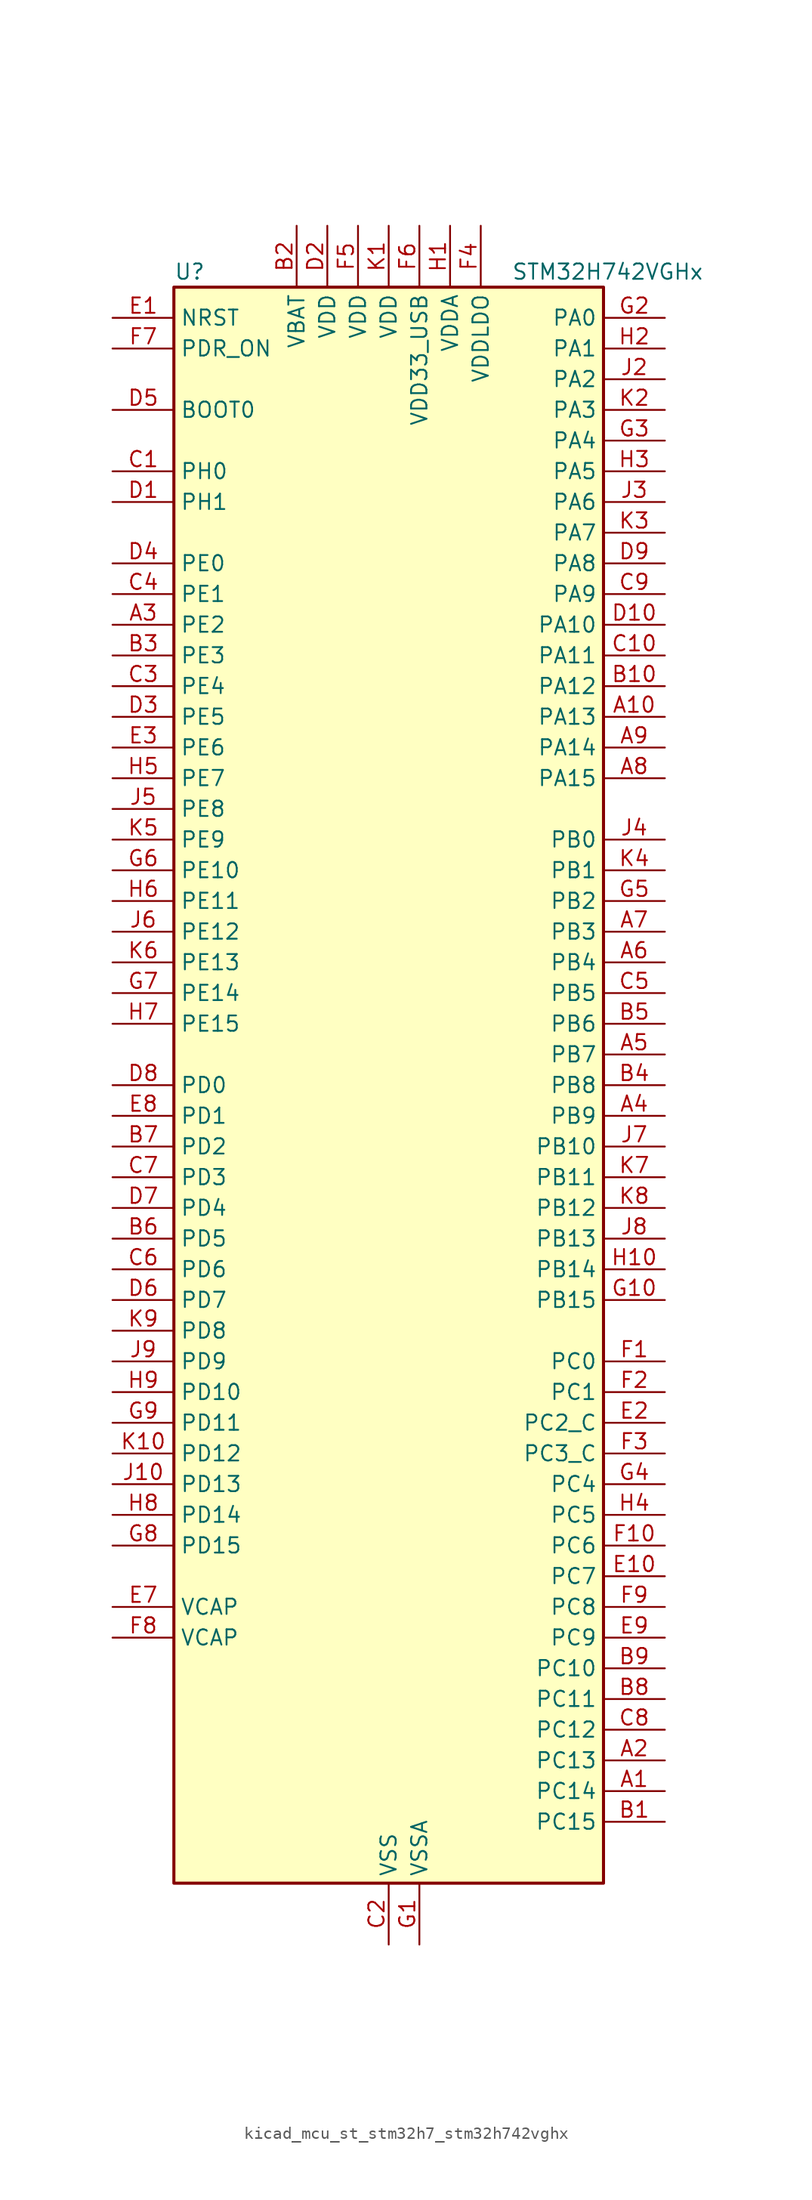
<source format=kicad_sym>
(kicad_symbol_lib
  (version 20220914)
  (generator kicad_symbol_editor)
  (symbol "kicad_mcu_st_stm32h7_stm32h742vghx"
    (property "Reference" "U"
      (at -17.78 67.31 0)
      (effects (font (size 1.27 1.27)) (justify left)))
    (property "Value" "STM32H742VGHx"
      (at 10.16 67.31 0)
      (effects (font (size 1.27 1.27)) (justify left)))
    (property "ki_locked" ""
      (at 0 0 0)
      (effects (font (size 1.27 1.27))))
    (symbol "kicad_mcu_st_stm32h7_stm32h742vghx_0_1"
      (rectangle (start -17.78 -66.04) (end 17.78 66.04) (stroke (width 0.254) (type default)) (fill (type background))))
    (symbol "kicad_mcu_st_stm32h7_stm32h742vghx_1_1"
      (pin bidirectional line (at 22.86 -58.42 180) (length 5.08) (name "PC14" (effects (font (size 1.27 1.27)))) (number "A1" (effects (font (size 1.27 1.27)))) (alternate "RCC_OSC32_IN" bidirectional line))
      (pin bidirectional line (at 22.86 30.48 180) (length 5.08) (name "PA13" (effects (font (size 1.27 1.27)))) (number "A10" (effects (font (size 1.27 1.27)))) (alternate "DEBUG_JTMS-SWDIO" bidirectional line))
      (pin bidirectional line (at 22.86 -55.88 180) (length 5.08) (name "PC13" (effects (font (size 1.27 1.27)))) (number "A2" (effects (font (size 1.27 1.27)))) (alternate "PWR_WKUP2" bidirectional line) (alternate "RTC_OUT_ALARM" bidirectional line) (alternate "RTC_OUT_CALIB" bidirectional line) (alternate "RTC_TAMP1" bidirectional line) (alternate "RTC_TS" bidirectional line))
      (pin bidirectional line (at -22.86 38.1 0) (length 5.08) (name "PE2" (effects (font (size 1.27 1.27)))) (number "A3" (effects (font (size 1.27 1.27)))) (alternate "DEBUG_TRACECLK" bidirectional line) (alternate "ETH_TXD3" bidirectional line) (alternate "FMC_A23" bidirectional line) (alternate "QUADSPI_BK1_IO2" bidirectional line) (alternate "SAI1_CK1" bidirectional line) (alternate "SAI1_MCLK_A" bidirectional line) (alternate "SAI4_CK1" bidirectional line) (alternate "SAI4_MCLK_A" bidirectional line) (alternate "SPI4_SCK" bidirectional line))
      (pin bidirectional line (at 22.86 -2.54 180) (length 5.08) (name "PB9" (effects (font (size 1.27 1.27)))) (number "A4" (effects (font (size 1.27 1.27)))) (alternate "DAC1_EXTI9" bidirectional line) (alternate "DCMI_D7" bidirectional line) (alternate "DFSDM1_DATIN7" bidirectional line) (alternate "FDCAN1_TX" bidirectional line) (alternate "I2C1_SDA" bidirectional line) (alternate "I2C4_SDA" bidirectional line) (alternate "I2C4_SMBA" bidirectional line) (alternate "I2S2_WS" bidirectional line) (alternate "SDMMC1_CDIR" bidirectional line) (alternate "SDMMC1_D5" bidirectional line) (alternate "SDMMC2_D5" bidirectional line) (alternate "SPI2_NSS" bidirectional line) (alternate "TIM17_CH1" bidirectional line) (alternate "TIM4_CH4" bidirectional line) (alternate "UART4_TX" bidirectional line))
      (pin bidirectional line (at 22.86 2.54 180) (length 5.08) (name "PB7" (effects (font (size 1.27 1.27)))) (number "A5" (effects (font (size 1.27 1.27)))) (alternate "DCMI_VSYNC" bidirectional line) (alternate "DFSDM1_CKIN5" bidirectional line) (alternate "FMC_NL" bidirectional line) (alternate "HRTIM_EEV9" bidirectional line) (alternate "I2C1_SDA" bidirectional line) (alternate "I2C4_SDA" bidirectional line) (alternate "LPUART1_RX" bidirectional line) (alternate "PWR_PVD_IN" bidirectional line) (alternate "TIM17_CH1N" bidirectional line) (alternate "TIM4_CH2" bidirectional line) (alternate "USART1_RX" bidirectional line))
      (pin bidirectional line (at 22.86 10.16 180) (length 5.08) (name "PB4" (effects (font (size 1.27 1.27)))) (number "A6" (effects (font (size 1.27 1.27)))) (alternate "DEBUG_JTRST" bidirectional line) (alternate "HRTIM_EEV6" bidirectional line) (alternate "I2S1_SDI" bidirectional line) (alternate "I2S2_WS" bidirectional line) (alternate "I2S3_SDI" bidirectional line) (alternate "SDMMC2_D3" bidirectional line) (alternate "SPI1_MISO" bidirectional line) (alternate "SPI2_NSS" bidirectional line) (alternate "SPI3_MISO" bidirectional line) (alternate "SPI6_MISO" bidirectional line) (alternate "TIM16_BKIN" bidirectional line) (alternate "TIM3_CH1" bidirectional line) (alternate "UART7_TX" bidirectional line))
      (pin bidirectional line (at 22.86 12.7 180) (length 5.08) (name "PB3" (effects (font (size 1.27 1.27)))) (number "A7" (effects (font (size 1.27 1.27)))) (alternate "CRS_SYNC" bidirectional line) (alternate "DEBUG_JTDO-SWO" bidirectional line) (alternate "HRTIM_FLT4" bidirectional line) (alternate "I2S1_CK" bidirectional line) (alternate "I2S3_CK" bidirectional line) (alternate "SDMMC2_D2" bidirectional line) (alternate "SPI1_SCK" bidirectional line) (alternate "SPI3_SCK" bidirectional line) (alternate "SPI6_SCK" bidirectional line) (alternate "TIM2_CH2" bidirectional line) (alternate "UART7_RX" bidirectional line))
      (pin bidirectional line (at 22.86 25.4 180) (length 5.08) (name "PA15" (effects (font (size 1.27 1.27)))) (number "A8" (effects (font (size 1.27 1.27)))) (alternate "ADC1_EXTI15" bidirectional line) (alternate "ADC2_EXTI15" bidirectional line) (alternate "ADC3_EXTI15" bidirectional line) (alternate "CEC" bidirectional line) (alternate "DEBUG_JTDI" bidirectional line) (alternate "HRTIM_FLT1" bidirectional line) (alternate "I2S1_WS" bidirectional line) (alternate "I2S3_WS" bidirectional line) (alternate "SPI1_NSS" bidirectional line) (alternate "SPI3_NSS" bidirectional line) (alternate "SPI6_NSS" bidirectional line) (alternate "TIM2_CH1" bidirectional line) (alternate "TIM2_ETR" bidirectional line) (alternate "UART4_DE" bidirectional line) (alternate "UART4_RTS" bidirectional line) (alternate "UART7_TX" bidirectional line))
      (pin bidirectional line (at 22.86 27.94 180) (length 5.08) (name "PA14" (effects (font (size 1.27 1.27)))) (number "A9" (effects (font (size 1.27 1.27)))) (alternate "DEBUG_JTCK-SWCLK" bidirectional line))
      (pin bidirectional line (at 22.86 -60.96 180) (length 5.08) (name "PC15" (effects (font (size 1.27 1.27)))) (number "B1" (effects (font (size 1.27 1.27)))) (alternate "ADC1_EXTI15" bidirectional line) (alternate "ADC2_EXTI15" bidirectional line) (alternate "ADC3_EXTI15" bidirectional line) (alternate "RCC_OSC32_OUT" bidirectional line))
      (pin bidirectional line (at 22.86 33.02 180) (length 5.08) (name "PA12" (effects (font (size 1.27 1.27)))) (number "B10" (effects (font (size 1.27 1.27)))) (alternate "FDCAN1_TX" bidirectional line) (alternate "HRTIM_CHD2" bidirectional line) (alternate "I2S2_CK" bidirectional line) (alternate "LPUART1_DE" bidirectional line) (alternate "LPUART1_RTS" bidirectional line) (alternate "SAI2_FS_B" bidirectional line) (alternate "SPI2_SCK" bidirectional line) (alternate "TIM1_ETR" bidirectional line) (alternate "UART4_TX" bidirectional line) (alternate "USART1_DE" bidirectional line) (alternate "USART1_RTS" bidirectional line) (alternate "USB_OTG_FS_DP" bidirectional line))
      (pin power_in line (at -7.62 71.12 270) (length 5.08) (name "VBAT" (effects (font (size 1.27 1.27)))) (number "B2" (effects (font (size 1.27 1.27)))))
      (pin bidirectional line (at -22.86 35.56 0) (length 5.08) (name "PE3" (effects (font (size 1.27 1.27)))) (number "B3" (effects (font (size 1.27 1.27)))) (alternate "DEBUG_TRACED0" bidirectional line) (alternate "FMC_A19" bidirectional line) (alternate "SAI1_SD_B" bidirectional line) (alternate "SAI4_SD_B" bidirectional line) (alternate "TIM15_BKIN" bidirectional line))
      (pin bidirectional line (at 22.86 0 180) (length 5.08) (name "PB8" (effects (font (size 1.27 1.27)))) (number "B4" (effects (font (size 1.27 1.27)))) (alternate "DCMI_D6" bidirectional line) (alternate "DFSDM1_CKIN7" bidirectional line) (alternate "ETH_TXD3" bidirectional line) (alternate "FDCAN1_RX" bidirectional line) (alternate "I2C1_SCL" bidirectional line) (alternate "I2C4_SCL" bidirectional line) (alternate "SDMMC1_CKIN" bidirectional line) (alternate "SDMMC1_D4" bidirectional line) (alternate "SDMMC2_D4" bidirectional line) (alternate "TIM16_CH1" bidirectional line) (alternate "TIM4_CH3" bidirectional line) (alternate "UART4_RX" bidirectional line))
      (pin bidirectional line (at 22.86 5.08 180) (length 5.08) (name "PB6" (effects (font (size 1.27 1.27)))) (number "B5" (effects (font (size 1.27 1.27)))) (alternate "CEC" bidirectional line) (alternate "DCMI_D5" bidirectional line) (alternate "DFSDM1_DATIN5" bidirectional line) (alternate "FDCAN2_TX" bidirectional line) (alternate "FMC_SDNE1" bidirectional line) (alternate "HRTIM_EEV8" bidirectional line) (alternate "I2C1_SCL" bidirectional line) (alternate "I2C4_SCL" bidirectional line) (alternate "LPUART1_TX" bidirectional line) (alternate "QUADSPI_BK1_NCS" bidirectional line) (alternate "TIM16_CH1N" bidirectional line) (alternate "TIM4_CH1" bidirectional line) (alternate "UART5_TX" bidirectional line) (alternate "USART1_TX" bidirectional line))
      (pin bidirectional line (at -22.86 -12.7 0) (length 5.08) (name "PD5" (effects (font (size 1.27 1.27)))) (number "B6" (effects (font (size 1.27 1.27)))) (alternate "FMC_NWE" bidirectional line) (alternate "HRTIM_EEV3" bidirectional line) (alternate "USART2_TX" bidirectional line))
      (pin bidirectional line (at -22.86 -5.08 0) (length 5.08) (name "PD2" (effects (font (size 1.27 1.27)))) (number "B7" (effects (font (size 1.27 1.27)))) (alternate "DCMI_D11" bidirectional line) (alternate "DEBUG_TRACED2" bidirectional line) (alternate "SDMMC1_CMD" bidirectional line) (alternate "TIM3_ETR" bidirectional line) (alternate "UART5_RX" bidirectional line))
      (pin bidirectional line (at 22.86 -50.8 180) (length 5.08) (name "PC11" (effects (font (size 1.27 1.27)))) (number "B8" (effects (font (size 1.27 1.27)))) (alternate "ADC1_EXTI11" bidirectional line) (alternate "ADC2_EXTI11" bidirectional line) (alternate "ADC3_EXTI11" bidirectional line) (alternate "DCMI_D4" bidirectional line) (alternate "DFSDM1_DATIN5" bidirectional line) (alternate "HRTIM_FLT2" bidirectional line) (alternate "I2S3_SDI" bidirectional line) (alternate "QUADSPI_BK2_NCS" bidirectional line) (alternate "SDMMC1_D3" bidirectional line) (alternate "SPI3_MISO" bidirectional line) (alternate "UART4_RX" bidirectional line) (alternate "USART3_RX" bidirectional line))
      (pin bidirectional line (at 22.86 -48.26 180) (length 5.08) (name "PC10" (effects (font (size 1.27 1.27)))) (number "B9" (effects (font (size 1.27 1.27)))) (alternate "DCMI_D8" bidirectional line) (alternate "DFSDM1_CKIN5" bidirectional line) (alternate "HRTIM_EEV1" bidirectional line) (alternate "I2S3_CK" bidirectional line) (alternate "QUADSPI_BK1_IO1" bidirectional line) (alternate "SDMMC1_D2" bidirectional line) (alternate "SPI3_SCK" bidirectional line) (alternate "UART4_TX" bidirectional line) (alternate "USART3_TX" bidirectional line))
      (pin bidirectional line (at -22.86 50.8 0) (length 5.08) (name "PH0" (effects (font (size 1.27 1.27)))) (number "C1" (effects (font (size 1.27 1.27)))) (alternate "RCC_OSC_IN" bidirectional line))
      (pin bidirectional line (at 22.86 35.56 180) (length 5.08) (name "PA11" (effects (font (size 1.27 1.27)))) (number "C10" (effects (font (size 1.27 1.27)))) (alternate "ADC1_EXTI11" bidirectional line) (alternate "ADC2_EXTI11" bidirectional line) (alternate "ADC3_EXTI11" bidirectional line) (alternate "FDCAN1_RX" bidirectional line) (alternate "HRTIM_CHD1" bidirectional line) (alternate "I2S2_WS" bidirectional line) (alternate "LPUART1_CTS" bidirectional line) (alternate "SPI2_NSS" bidirectional line) (alternate "TIM1_CH4" bidirectional line) (alternate "UART4_RX" bidirectional line) (alternate "USART1_CTS" bidirectional line) (alternate "USART1_NSS" bidirectional line) (alternate "USB_OTG_FS_DM" bidirectional line))
      (pin power_in line (at 0 -71.12 90) (length 5.08) (name "VSS" (effects (font (size 1.27 1.27)))) (number "C2" (effects (font (size 1.27 1.27)))))
      (pin bidirectional line (at -22.86 33.02 0) (length 5.08) (name "PE4" (effects (font (size 1.27 1.27)))) (number "C3" (effects (font (size 1.27 1.27)))) (alternate "DCMI_D4" bidirectional line) (alternate "DEBUG_TRACED1" bidirectional line) (alternate "DFSDM1_DATIN3" bidirectional line) (alternate "FMC_A20" bidirectional line) (alternate "SAI1_D2" bidirectional line) (alternate "SAI1_FS_A" bidirectional line) (alternate "SAI4_D2" bidirectional line) (alternate "SAI4_FS_A" bidirectional line) (alternate "SPI4_NSS" bidirectional line) (alternate "TIM15_CH1N" bidirectional line))
      (pin bidirectional line (at -22.86 40.64 0) (length 5.08) (name "PE1" (effects (font (size 1.27 1.27)))) (number "C4" (effects (font (size 1.27 1.27)))) (alternate "DCMI_D3" bidirectional line) (alternate "FMC_NBL1" bidirectional line) (alternate "HRTIM_SCOUT" bidirectional line) (alternate "LPTIM1_IN2" bidirectional line) (alternate "UART8_TX" bidirectional line))
      (pin bidirectional line (at 22.86 7.62 180) (length 5.08) (name "PB5" (effects (font (size 1.27 1.27)))) (number "C5" (effects (font (size 1.27 1.27)))) (alternate "DCMI_D10" bidirectional line) (alternate "ETH_PPS_OUT" bidirectional line) (alternate "FDCAN2_RX" bidirectional line) (alternate "FMC_SDCKE1" bidirectional line) (alternate "HRTIM_EEV7" bidirectional line) (alternate "I2C1_SMBA" bidirectional line) (alternate "I2C4_SMBA" bidirectional line) (alternate "I2S1_SDO" bidirectional line) (alternate "I2S3_SDO" bidirectional line) (alternate "SPI1_MOSI" bidirectional line) (alternate "SPI3_MOSI" bidirectional line) (alternate "SPI6_MOSI" bidirectional line) (alternate "TIM17_BKIN" bidirectional line) (alternate "TIM3_CH2" bidirectional line) (alternate "UART5_RX" bidirectional line) (alternate "USB_OTG_HS_ULPI_D7" bidirectional line))
      (pin bidirectional line (at -22.86 -15.24 0) (length 5.08) (name "PD6" (effects (font (size 1.27 1.27)))) (number "C6" (effects (font (size 1.27 1.27)))) (alternate "DCMI_D10" bidirectional line) (alternate "DFSDM1_CKIN4" bidirectional line) (alternate "DFSDM1_DATIN1" bidirectional line) (alternate "FMC_NWAIT" bidirectional line) (alternate "I2S3_SDO" bidirectional line) (alternate "SAI1_D1" bidirectional line) (alternate "SAI1_SD_A" bidirectional line) (alternate "SAI4_D1" bidirectional line) (alternate "SAI4_SD_A" bidirectional line) (alternate "SDMMC2_CK" bidirectional line) (alternate "SPI3_MOSI" bidirectional line) (alternate "USART2_RX" bidirectional line))
      (pin bidirectional line (at -22.86 -7.62 0) (length 5.08) (name "PD3" (effects (font (size 1.27 1.27)))) (number "C7" (effects (font (size 1.27 1.27)))) (alternate "DCMI_D5" bidirectional line) (alternate "DFSDM1_CKOUT" bidirectional line) (alternate "FMC_CLK" bidirectional line) (alternate "I2S2_CK" bidirectional line) (alternate "SPI2_SCK" bidirectional line) (alternate "USART2_CTS" bidirectional line) (alternate "USART2_NSS" bidirectional line))
      (pin bidirectional line (at 22.86 -53.34 180) (length 5.08) (name "PC12" (effects (font (size 1.27 1.27)))) (number "C8" (effects (font (size 1.27 1.27)))) (alternate "DCMI_D9" bidirectional line) (alternate "DEBUG_TRACED3" bidirectional line) (alternate "HRTIM_EEV2" bidirectional line) (alternate "I2S3_SDO" bidirectional line) (alternate "SDMMC1_CK" bidirectional line) (alternate "SPI3_MOSI" bidirectional line) (alternate "UART5_TX" bidirectional line) (alternate "USART3_CK" bidirectional line))
      (pin bidirectional line (at 22.86 40.64 180) (length 5.08) (name "PA9" (effects (font (size 1.27 1.27)))) (number "C9" (effects (font (size 1.27 1.27)))) (alternate "DAC1_EXTI9" bidirectional line) (alternate "DCMI_D0" bidirectional line) (alternate "HRTIM_CHC1" bidirectional line) (alternate "I2C3_SMBA" bidirectional line) (alternate "I2S2_CK" bidirectional line) (alternate "LPUART1_TX" bidirectional line) (alternate "SPI2_SCK" bidirectional line) (alternate "TIM1_CH2" bidirectional line) (alternate "USART1_TX" bidirectional line) (alternate "USB_OTG_FS_VBUS" bidirectional line))
      (pin bidirectional line (at -22.86 48.26 0) (length 5.08) (name "PH1" (effects (font (size 1.27 1.27)))) (number "D1" (effects (font (size 1.27 1.27)))) (alternate "RCC_OSC_OUT" bidirectional line))
      (pin bidirectional line (at 22.86 38.1 180) (length 5.08) (name "PA10" (effects (font (size 1.27 1.27)))) (number "D10" (effects (font (size 1.27 1.27)))) (alternate "DCMI_D1" bidirectional line) (alternate "HRTIM_CHC2" bidirectional line) (alternate "LPUART1_RX" bidirectional line) (alternate "MDIOS_MDIO" bidirectional line) (alternate "TIM1_CH3" bidirectional line) (alternate "USART1_RX" bidirectional line) (alternate "USB_OTG_FS_ID" bidirectional line))
      (pin power_in line (at -5.08 71.12 270) (length 5.08) (name "VDD" (effects (font (size 1.27 1.27)))) (number "D2" (effects (font (size 1.27 1.27)))))
      (pin bidirectional line (at -22.86 30.48 0) (length 5.08) (name "PE5" (effects (font (size 1.27 1.27)))) (number "D3" (effects (font (size 1.27 1.27)))) (alternate "DCMI_D6" bidirectional line) (alternate "DEBUG_TRACED2" bidirectional line) (alternate "DFSDM1_CKIN3" bidirectional line) (alternate "FMC_A21" bidirectional line) (alternate "SAI1_CK2" bidirectional line) (alternate "SAI1_SCK_A" bidirectional line) (alternate "SAI4_CK2" bidirectional line) (alternate "SAI4_SCK_A" bidirectional line) (alternate "SPI4_MISO" bidirectional line) (alternate "TIM15_CH1" bidirectional line))
      (pin bidirectional line (at -22.86 43.18 0) (length 5.08) (name "PE0" (effects (font (size 1.27 1.27)))) (number "D4" (effects (font (size 1.27 1.27)))) (alternate "DCMI_D2" bidirectional line) (alternate "FMC_NBL0" bidirectional line) (alternate "HRTIM_SCIN" bidirectional line) (alternate "LPTIM1_ETR" bidirectional line) (alternate "LPTIM2_ETR" bidirectional line) (alternate "SAI2_MCLK_A" bidirectional line) (alternate "TIM4_ETR" bidirectional line) (alternate "UART8_RX" bidirectional line))
      (pin input line (at -22.86 55.88 0) (length 5.08) (name "BOOT0" (effects (font (size 1.27 1.27)))) (number "D5" (effects (font (size 1.27 1.27)))))
      (pin bidirectional line (at -22.86 -17.78 0) (length 5.08) (name "PD7" (effects (font (size 1.27 1.27)))) (number "D6" (effects (font (size 1.27 1.27)))) (alternate "DFSDM1_CKIN1" bidirectional line) (alternate "DFSDM1_DATIN4" bidirectional line) (alternate "FMC_NE1" bidirectional line) (alternate "I2S1_SDO" bidirectional line) (alternate "SDMMC2_CMD" bidirectional line) (alternate "SPDIFRX1_IN0" bidirectional line) (alternate "SPI1_MOSI" bidirectional line) (alternate "USART2_CK" bidirectional line))
      (pin bidirectional line (at -22.86 -10.16 0) (length 5.08) (name "PD4" (effects (font (size 1.27 1.27)))) (number "D7" (effects (font (size 1.27 1.27)))) (alternate "FMC_NOE" bidirectional line) (alternate "HRTIM_FLT3" bidirectional line) (alternate "SAI3_FS_A" bidirectional line) (alternate "USART2_DE" bidirectional line) (alternate "USART2_RTS" bidirectional line))
      (pin bidirectional line (at -22.86 0 0) (length 5.08) (name "PD0" (effects (font (size 1.27 1.27)))) (number "D8" (effects (font (size 1.27 1.27)))) (alternate "DFSDM1_CKIN6" bidirectional line) (alternate "FDCAN1_RX" bidirectional line) (alternate "FMC_D2" bidirectional line) (alternate "FMC_DA2" bidirectional line) (alternate "SAI3_SCK_A" bidirectional line) (alternate "UART4_RX" bidirectional line))
      (pin bidirectional line (at 22.86 43.18 180) (length 5.08) (name "PA8" (effects (font (size 1.27 1.27)))) (number "D9" (effects (font (size 1.27 1.27)))) (alternate "HRTIM_CHB2" bidirectional line) (alternate "I2C3_SCL" bidirectional line) (alternate "RCC_MCO_1" bidirectional line) (alternate "TIM1_CH1" bidirectional line) (alternate "TIM8_BKIN2" bidirectional line) (alternate "TIM8_BKIN2_COMP1" bidirectional line) (alternate "TIM8_BKIN2_COMP2" bidirectional line) (alternate "UART7_RX" bidirectional line) (alternate "USART1_CK" bidirectional line) (alternate "USB_OTG_FS_SOF" bidirectional line))
      (pin input line (at -22.86 63.5 0) (length 5.08) (name "NRST" (effects (font (size 1.27 1.27)))) (number "E1" (effects (font (size 1.27 1.27)))))
      (pin bidirectional line (at 22.86 -40.64 180) (length 5.08) (name "PC7" (effects (font (size 1.27 1.27)))) (number "E10" (effects (font (size 1.27 1.27)))) (alternate "DCMI_D1" bidirectional line) (alternate "DEBUG_TRGIO" bidirectional line) (alternate "DFSDM1_DATIN3" bidirectional line) (alternate "FMC_NE1" bidirectional line) (alternate "HRTIM_CHA2" bidirectional line) (alternate "I2S3_MCK" bidirectional line) (alternate "SDMMC1_D123DIR" bidirectional line) (alternate "SDMMC1_D7" bidirectional line) (alternate "SDMMC2_D7" bidirectional line) (alternate "SWPMI1_TX" bidirectional line) (alternate "TIM3_CH2" bidirectional line) (alternate "TIM8_CH2" bidirectional line) (alternate "USART6_RX" bidirectional line))
      (pin bidirectional line (at 22.86 -27.94 180) (length 5.08) (name "PC2_C" (effects (font (size 1.27 1.27)))) (number "E2" (effects (font (size 1.27 1.27)))) (alternate "ADC3_INN1" bidirectional line) (alternate "ADC3_INP0" bidirectional line) (alternate "DFSDM1_CKIN1" bidirectional line) (alternate "DFSDM1_CKOUT" bidirectional line) (alternate "ETH_TXD2" bidirectional line) (alternate "FMC_SDNE0" bidirectional line) (alternate "I2S2_SDI" bidirectional line) (alternate "PWR_CSTOP" bidirectional line) (alternate "SPI2_MISO" bidirectional line) (alternate "USB_OTG_HS_ULPI_DIR" bidirectional line))
      (pin bidirectional line (at -22.86 27.94 0) (length 5.08) (name "PE6" (effects (font (size 1.27 1.27)))) (number "E3" (effects (font (size 1.27 1.27)))) (alternate "DCMI_D7" bidirectional line) (alternate "DEBUG_TRACED3" bidirectional line) (alternate "FMC_A22" bidirectional line) (alternate "SAI1_D1" bidirectional line) (alternate "SAI1_SD_A" bidirectional line) (alternate "SAI2_MCLK_B" bidirectional line) (alternate "SAI4_D1" bidirectional line) (alternate "SAI4_SD_A" bidirectional line) (alternate "SPI4_MOSI" bidirectional line) (alternate "TIM15_CH2" bidirectional line) (alternate "TIM1_BKIN2" bidirectional line) (alternate "TIM1_BKIN2_COMP1" bidirectional line) (alternate "TIM1_BKIN2_COMP2" bidirectional line))
      (pin passive line (at 0 -71.12 90) (length 5.08) hide (name "VSS" (effects (font (size 1.27 1.27)))) (number "E4" (effects (font (size 1.27 1.27)))))
      (pin passive line (at 0 -71.12 90) (length 5.08) hide (name "VSS" (effects (font (size 1.27 1.27)))) (number "E5" (effects (font (size 1.27 1.27)))))
      (pin passive line (at 0 -71.12 90) (length 5.08) hide (name "VSS" (effects (font (size 1.27 1.27)))) (number "E6" (effects (font (size 1.27 1.27)))))
      (pin power_out line (at -22.86 -43.18 0) (length 5.08) (name "VCAP" (effects (font (size 1.27 1.27)))) (number "E7" (effects (font (size 1.27 1.27)))))
      (pin bidirectional line (at -22.86 -2.54 0) (length 5.08) (name "PD1" (effects (font (size 1.27 1.27)))) (number "E8" (effects (font (size 1.27 1.27)))) (alternate "DFSDM1_DATIN6" bidirectional line) (alternate "FDCAN1_TX" bidirectional line) (alternate "FMC_D3" bidirectional line) (alternate "FMC_DA3" bidirectional line) (alternate "SAI3_SD_A" bidirectional line) (alternate "UART4_TX" bidirectional line))
      (pin bidirectional line (at 22.86 -45.72 180) (length 5.08) (name "PC9" (effects (font (size 1.27 1.27)))) (number "E9" (effects (font (size 1.27 1.27)))) (alternate "DAC1_EXTI9" bidirectional line) (alternate "DCMI_D3" bidirectional line) (alternate "I2C3_SDA" bidirectional line) (alternate "I2S_CKIN" bidirectional line) (alternate "QUADSPI_BK1_IO0" bidirectional line) (alternate "RCC_MCO_2" bidirectional line) (alternate "SDMMC1_D1" bidirectional line) (alternate "SWPMI1_SUSPEND" bidirectional line) (alternate "TIM3_CH4" bidirectional line) (alternate "TIM8_CH4" bidirectional line) (alternate "UART5_CTS" bidirectional line))
      (pin bidirectional line (at 22.86 -22.86 180) (length 5.08) (name "PC0" (effects (font (size 1.27 1.27)))) (number "F1" (effects (font (size 1.27 1.27)))) (alternate "ADC1_INP10" bidirectional line) (alternate "ADC2_INP10" bidirectional line) (alternate "ADC3_INP10" bidirectional line) (alternate "DFSDM1_CKIN0" bidirectional line) (alternate "DFSDM1_DATIN4" bidirectional line) (alternate "FMC_SDNWE" bidirectional line) (alternate "SAI2_FS_B" bidirectional line) (alternate "USB_OTG_HS_ULPI_STP" bidirectional line))
      (pin bidirectional line (at 22.86 -38.1 180) (length 5.08) (name "PC6" (effects (font (size 1.27 1.27)))) (number "F10" (effects (font (size 1.27 1.27)))) (alternate "DCMI_D0" bidirectional line) (alternate "DFSDM1_CKIN3" bidirectional line) (alternate "FMC_NWAIT" bidirectional line) (alternate "HRTIM_CHA1" bidirectional line) (alternate "I2S2_MCK" bidirectional line) (alternate "SDMMC1_D0DIR" bidirectional line) (alternate "SDMMC1_D6" bidirectional line) (alternate "SDMMC2_D6" bidirectional line) (alternate "SWPMI1_IO" bidirectional line) (alternate "TIM3_CH1" bidirectional line) (alternate "TIM8_CH1" bidirectional line) (alternate "USART6_TX" bidirectional line))
      (pin bidirectional line (at 22.86 -25.4 180) (length 5.08) (name "PC1" (effects (font (size 1.27 1.27)))) (number "F2" (effects (font (size 1.27 1.27)))) (alternate "ADC1_INN10" bidirectional line) (alternate "ADC1_INP11" bidirectional line) (alternate "ADC2_INN10" bidirectional line) (alternate "ADC2_INP11" bidirectional line) (alternate "ADC3_INN10" bidirectional line) (alternate "ADC3_INP11" bidirectional line) (alternate "DEBUG_TRACED0" bidirectional line) (alternate "DFSDM1_CKIN4" bidirectional line) (alternate "DFSDM1_DATIN0" bidirectional line) (alternate "ETH_MDC" bidirectional line) (alternate "I2S2_SDO" bidirectional line) (alternate "MDIOS_MDC" bidirectional line) (alternate "PWR_WKUP5" bidirectional line) (alternate "RTC_TAMP3" bidirectional line) (alternate "SAI1_D1" bidirectional line) (alternate "SAI1_SD_A" bidirectional line) (alternate "SAI4_D1" bidirectional line) (alternate "SAI4_SD_A" bidirectional line) (alternate "SDMMC2_CK" bidirectional line) (alternate "SPI2_MOSI" bidirectional line))
      (pin bidirectional line (at 22.86 -30.48 180) (length 5.08) (name "PC3_C" (effects (font (size 1.27 1.27)))) (number "F3" (effects (font (size 1.27 1.27)))) (alternate "ADC3_INP1" bidirectional line) (alternate "DFSDM1_DATIN1" bidirectional line) (alternate "ETH_TX_CLK" bidirectional line) (alternate "FMC_SDCKE0" bidirectional line) (alternate "I2S2_SDO" bidirectional line) (alternate "PWR_CSLEEP" bidirectional line) (alternate "SPI2_MOSI" bidirectional line) (alternate "USB_OTG_HS_ULPI_NXT" bidirectional line))
      (pin power_in line (at 7.62 71.12 270) (length 5.08) (name "VDDLDO" (effects (font (size 1.27 1.27)))) (number "F4" (effects (font (size 1.27 1.27)))))
      (pin power_in line (at -2.54 71.12 270) (length 5.08) (name "VDD" (effects (font (size 1.27 1.27)))) (number "F5" (effects (font (size 1.27 1.27)))))
      (pin power_in line (at 2.54 71.12 270) (length 5.08) (name "VDD33_USB" (effects (font (size 1.27 1.27)))) (number "F6" (effects (font (size 1.27 1.27)))))
      (pin input line (at -22.86 60.96 0) (length 5.08) (name "PDR_ON" (effects (font (size 1.27 1.27)))) (number "F7" (effects (font (size 1.27 1.27)))))
      (pin power_out line (at -22.86 -45.72 0) (length 5.08) (name "VCAP" (effects (font (size 1.27 1.27)))) (number "F8" (effects (font (size 1.27 1.27)))))
      (pin bidirectional line (at 22.86 -43.18 180) (length 5.08) (name "PC8" (effects (font (size 1.27 1.27)))) (number "F9" (effects (font (size 1.27 1.27)))) (alternate "DCMI_D2" bidirectional line) (alternate "DEBUG_TRACED1" bidirectional line) (alternate "FMC_NCE" bidirectional line) (alternate "FMC_NE2" bidirectional line) (alternate "HRTIM_CHB1" bidirectional line) (alternate "SDMMC1_D0" bidirectional line) (alternate "SWPMI1_RX" bidirectional line) (alternate "TIM3_CH3" bidirectional line) (alternate "TIM8_CH3" bidirectional line) (alternate "UART5_DE" bidirectional line) (alternate "UART5_RTS" bidirectional line) (alternate "USART6_CK" bidirectional line))
      (pin power_in line (at 2.54 -71.12 90) (length 5.08) (name "VSSA" (effects (font (size 1.27 1.27)))) (number "G1" (effects (font (size 1.27 1.27)))))
      (pin bidirectional line (at 22.86 -17.78 180) (length 5.08) (name "PB15" (effects (font (size 1.27 1.27)))) (number "G10" (effects (font (size 1.27 1.27)))) (alternate "ADC1_EXTI15" bidirectional line) (alternate "ADC2_EXTI15" bidirectional line) (alternate "ADC3_EXTI15" bidirectional line) (alternate "DFSDM1_CKIN2" bidirectional line) (alternate "I2S2_SDO" bidirectional line) (alternate "RTC_REFIN" bidirectional line) (alternate "SDMMC2_D1" bidirectional line) (alternate "SPI2_MOSI" bidirectional line) (alternate "TIM12_CH2" bidirectional line) (alternate "TIM1_CH3N" bidirectional line) (alternate "TIM8_CH3N" bidirectional line) (alternate "UART4_CTS" bidirectional line) (alternate "USART1_RX" bidirectional line) (alternate "USB_OTG_HS_DP" bidirectional line))
      (pin bidirectional line (at 22.86 63.5 180) (length 5.08) (name "PA0" (effects (font (size 1.27 1.27)))) (number "G2" (effects (font (size 1.27 1.27)))) (alternate "ADC1_INP16" bidirectional line) (alternate "ETH_CRS" bidirectional line) (alternate "PWR_WKUP0" bidirectional line) (alternate "SAI2_SD_B" bidirectional line) (alternate "SDMMC2_CMD" bidirectional line) (alternate "TIM15_BKIN" bidirectional line) (alternate "TIM2_CH1" bidirectional line) (alternate "TIM2_ETR" bidirectional line) (alternate "TIM5_CH1" bidirectional line) (alternate "TIM8_ETR" bidirectional line) (alternate "UART4_TX" bidirectional line) (alternate "USART2_CTS" bidirectional line) (alternate "USART2_NSS" bidirectional line))
      (pin bidirectional line (at 22.86 53.34 180) (length 5.08) (name "PA4" (effects (font (size 1.27 1.27)))) (number "G3" (effects (font (size 1.27 1.27)))) (alternate "ADC1_INP18" bidirectional line) (alternate "ADC2_INP18" bidirectional line) (alternate "DAC1_OUT1" bidirectional line) (alternate "DCMI_HSYNC" bidirectional line) (alternate "I2S1_WS" bidirectional line) (alternate "I2S3_WS" bidirectional line) (alternate "SPI1_NSS" bidirectional line) (alternate "SPI3_NSS" bidirectional line) (alternate "SPI6_NSS" bidirectional line) (alternate "TIM5_ETR" bidirectional line) (alternate "USART2_CK" bidirectional line) (alternate "USB_OTG_HS_SOF" bidirectional line))
      (pin bidirectional line (at 22.86 -33.02 180) (length 5.08) (name "PC4" (effects (font (size 1.27 1.27)))) (number "G4" (effects (font (size 1.27 1.27)))) (alternate "ADC1_INP4" bidirectional line) (alternate "ADC2_INP4" bidirectional line) (alternate "COMP1_INM" bidirectional line) (alternate "DFSDM1_CKIN2" bidirectional line) (alternate "ETH_RXD0" bidirectional line) (alternate "FMC_SDNE0" bidirectional line) (alternate "I2S1_MCK" bidirectional line) (alternate "OPAMP1_VOUT" bidirectional line) (alternate "SPDIFRX1_IN2" bidirectional line))
      (pin bidirectional line (at 22.86 15.24 180) (length 5.08) (name "PB2" (effects (font (size 1.27 1.27)))) (number "G5" (effects (font (size 1.27 1.27)))) (alternate "COMP1_INP" bidirectional line) (alternate "DFSDM1_CKIN1" bidirectional line) (alternate "I2S3_SDO" bidirectional line) (alternate "QUADSPI_CLK" bidirectional line) (alternate "RTC_OUT_ALARM" bidirectional line) (alternate "RTC_OUT_CALIB" bidirectional line) (alternate "SAI1_D1" bidirectional line) (alternate "SAI1_SD_A" bidirectional line) (alternate "SAI4_D1" bidirectional line) (alternate "SAI4_SD_A" bidirectional line) (alternate "SPI3_MOSI" bidirectional line))
      (pin bidirectional line (at -22.86 17.78 0) (length 5.08) (name "PE10" (effects (font (size 1.27 1.27)))) (number "G6" (effects (font (size 1.27 1.27)))) (alternate "COMP2_INM" bidirectional line) (alternate "DFSDM1_DATIN4" bidirectional line) (alternate "FMC_D7" bidirectional line) (alternate "FMC_DA7" bidirectional line) (alternate "QUADSPI_BK2_IO3" bidirectional line) (alternate "TIM1_CH2N" bidirectional line) (alternate "UART7_CTS" bidirectional line))
      (pin bidirectional line (at -22.86 7.62 0) (length 5.08) (name "PE14" (effects (font (size 1.27 1.27)))) (number "G7" (effects (font (size 1.27 1.27)))) (alternate "FMC_D11" bidirectional line) (alternate "FMC_DA11" bidirectional line) (alternate "SAI2_MCLK_B" bidirectional line) (alternate "SPI4_MOSI" bidirectional line) (alternate "TIM1_CH4" bidirectional line))
      (pin bidirectional line (at -22.86 -38.1 0) (length 5.08) (name "PD15" (effects (font (size 1.27 1.27)))) (number "G8" (effects (font (size 1.27 1.27)))) (alternate "ADC1_EXTI15" bidirectional line) (alternate "ADC2_EXTI15" bidirectional line) (alternate "ADC3_EXTI15" bidirectional line) (alternate "FMC_D1" bidirectional line) (alternate "FMC_DA1" bidirectional line) (alternate "SAI3_MCLK_A" bidirectional line) (alternate "TIM4_CH4" bidirectional line) (alternate "UART8_DE" bidirectional line) (alternate "UART8_RTS" bidirectional line))
      (pin bidirectional line (at -22.86 -27.94 0) (length 5.08) (name "PD11" (effects (font (size 1.27 1.27)))) (number "G9" (effects (font (size 1.27 1.27)))) (alternate "ADC1_EXTI11" bidirectional line) (alternate "ADC2_EXTI11" bidirectional line) (alternate "ADC3_EXTI11" bidirectional line) (alternate "FMC_A16" bidirectional line) (alternate "FMC_CLE" bidirectional line) (alternate "I2C4_SMBA" bidirectional line) (alternate "LPTIM2_IN2" bidirectional line) (alternate "QUADSPI_BK1_IO0" bidirectional line) (alternate "SAI2_SD_A" bidirectional line) (alternate "USART3_CTS" bidirectional line) (alternate "USART3_NSS" bidirectional line))
      (pin power_in line (at 5.08 71.12 270) (length 5.08) (name "VDDA" (effects (font (size 1.27 1.27)))) (number "H1" (effects (font (size 1.27 1.27)))))
      (pin bidirectional line (at 22.86 -15.24 180) (length 5.08) (name "PB14" (effects (font (size 1.27 1.27)))) (number "H10" (effects (font (size 1.27 1.27)))) (alternate "DFSDM1_DATIN2" bidirectional line) (alternate "I2S2_SDI" bidirectional line) (alternate "SDMMC2_D0" bidirectional line) (alternate "SPI2_MISO" bidirectional line) (alternate "TIM12_CH1" bidirectional line) (alternate "TIM1_CH2N" bidirectional line) (alternate "TIM8_CH2N" bidirectional line) (alternate "UART4_DE" bidirectional line) (alternate "UART4_RTS" bidirectional line) (alternate "USART1_TX" bidirectional line) (alternate "USART3_DE" bidirectional line) (alternate "USART3_RTS" bidirectional line) (alternate "USB_OTG_HS_DM" bidirectional line))
      (pin bidirectional line (at 22.86 60.96 180) (length 5.08) (name "PA1" (effects (font (size 1.27 1.27)))) (number "H2" (effects (font (size 1.27 1.27)))) (alternate "ADC1_INN16" bidirectional line) (alternate "ADC1_INP17" bidirectional line) (alternate "ETH_REF_CLK" bidirectional line) (alternate "ETH_RX_CLK" bidirectional line) (alternate "LPTIM3_OUT" bidirectional line) (alternate "QUADSPI_BK1_IO3" bidirectional line) (alternate "SAI2_MCLK_B" bidirectional line) (alternate "TIM15_CH1N" bidirectional line) (alternate "TIM2_CH2" bidirectional line) (alternate "TIM5_CH2" bidirectional line) (alternate "UART4_RX" bidirectional line) (alternate "USART2_DE" bidirectional line) (alternate "USART2_RTS" bidirectional line))
      (pin bidirectional line (at 22.86 50.8 180) (length 5.08) (name "PA5" (effects (font (size 1.27 1.27)))) (number "H3" (effects (font (size 1.27 1.27)))) (alternate "ADC1_INN18" bidirectional line) (alternate "ADC1_INP19" bidirectional line) (alternate "ADC2_INN18" bidirectional line) (alternate "ADC2_INP19" bidirectional line) (alternate "DAC1_OUT2" bidirectional line) (alternate "I2S1_CK" bidirectional line) (alternate "PWR_NDSTOP2" bidirectional line) (alternate "SPI1_SCK" bidirectional line) (alternate "SPI6_SCK" bidirectional line) (alternate "TIM2_CH1" bidirectional line) (alternate "TIM2_ETR" bidirectional line) (alternate "TIM8_CH1N" bidirectional line) (alternate "USB_OTG_HS_ULPI_CK" bidirectional line))
      (pin bidirectional line (at 22.86 -35.56 180) (length 5.08) (name "PC5" (effects (font (size 1.27 1.27)))) (number "H4" (effects (font (size 1.27 1.27)))) (alternate "ADC1_INN4" bidirectional line) (alternate "ADC1_INP8" bidirectional line) (alternate "ADC2_INN4" bidirectional line) (alternate "ADC2_INP8" bidirectional line) (alternate "COMP1_OUT" bidirectional line) (alternate "DFSDM1_DATIN2" bidirectional line) (alternate "ETH_RXD1" bidirectional line) (alternate "FMC_SDCKE0" bidirectional line) (alternate "OPAMP1_VINM" bidirectional line) (alternate "OPAMP1_VINM0" bidirectional line) (alternate "SAI1_D3" bidirectional line) (alternate "SAI4_D3" bidirectional line) (alternate "SPDIFRX1_IN3" bidirectional line))
      (pin bidirectional line (at -22.86 25.4 0) (length 5.08) (name "PE7" (effects (font (size 1.27 1.27)))) (number "H5" (effects (font (size 1.27 1.27)))) (alternate "COMP2_INM" bidirectional line) (alternate "DFSDM1_DATIN2" bidirectional line) (alternate "FMC_D4" bidirectional line) (alternate "FMC_DA4" bidirectional line) (alternate "OPAMP2_VOUT" bidirectional line) (alternate "QUADSPI_BK2_IO0" bidirectional line) (alternate "TIM1_ETR" bidirectional line) (alternate "UART7_RX" bidirectional line))
      (pin bidirectional line (at -22.86 15.24 0) (length 5.08) (name "PE11" (effects (font (size 1.27 1.27)))) (number "H6" (effects (font (size 1.27 1.27)))) (alternate "ADC1_EXTI11" bidirectional line) (alternate "ADC2_EXTI11" bidirectional line) (alternate "ADC3_EXTI11" bidirectional line) (alternate "COMP2_INP" bidirectional line) (alternate "DFSDM1_CKIN4" bidirectional line) (alternate "FMC_D8" bidirectional line) (alternate "FMC_DA8" bidirectional line) (alternate "SAI2_SD_B" bidirectional line) (alternate "SPI4_NSS" bidirectional line) (alternate "TIM1_CH2" bidirectional line))
      (pin bidirectional line (at -22.86 5.08 0) (length 5.08) (name "PE15" (effects (font (size 1.27 1.27)))) (number "H7" (effects (font (size 1.27 1.27)))) (alternate "ADC1_EXTI15" bidirectional line) (alternate "ADC2_EXTI15" bidirectional line) (alternate "ADC3_EXTI15" bidirectional line) (alternate "FMC_D12" bidirectional line) (alternate "FMC_DA12" bidirectional line) (alternate "TIM1_BKIN" bidirectional line) (alternate "TIM1_BKIN_COMP1" bidirectional line) (alternate "TIM1_BKIN_COMP2" bidirectional line))
      (pin bidirectional line (at -22.86 -35.56 0) (length 5.08) (name "PD14" (effects (font (size 1.27 1.27)))) (number "H8" (effects (font (size 1.27 1.27)))) (alternate "FMC_D0" bidirectional line) (alternate "FMC_DA0" bidirectional line) (alternate "SAI3_MCLK_B" bidirectional line) (alternate "TIM4_CH3" bidirectional line) (alternate "UART8_CTS" bidirectional line))
      (pin bidirectional line (at -22.86 -25.4 0) (length 5.08) (name "PD10" (effects (font (size 1.27 1.27)))) (number "H9" (effects (font (size 1.27 1.27)))) (alternate "DFSDM1_CKOUT" bidirectional line) (alternate "FMC_D15" bidirectional line) (alternate "FMC_DA15" bidirectional line) (alternate "SAI3_FS_B" bidirectional line) (alternate "USART3_CK" bidirectional line))
      (pin passive line (at 0 -71.12 90) (length 5.08) hide (name "VSS" (effects (font (size 1.27 1.27)))) (number "J1" (effects (font (size 1.27 1.27)))))
      (pin bidirectional line (at -22.86 -33.02 0) (length 5.08) (name "PD13" (effects (font (size 1.27 1.27)))) (number "J10" (effects (font (size 1.27 1.27)))) (alternate "FMC_A18" bidirectional line) (alternate "I2C4_SDA" bidirectional line) (alternate "LPTIM1_OUT" bidirectional line) (alternate "QUADSPI_BK1_IO3" bidirectional line) (alternate "SAI2_SCK_A" bidirectional line) (alternate "TIM4_CH2" bidirectional line))
      (pin bidirectional line (at 22.86 58.42 180) (length 5.08) (name "PA2" (effects (font (size 1.27 1.27)))) (number "J2" (effects (font (size 1.27 1.27)))) (alternate "ADC1_INP14" bidirectional line) (alternate "ADC2_INP14" bidirectional line) (alternate "ETH_MDIO" bidirectional line) (alternate "LPTIM4_OUT" bidirectional line) (alternate "MDIOS_MDIO" bidirectional line) (alternate "PWR_WKUP1" bidirectional line) (alternate "SAI2_SCK_B" bidirectional line) (alternate "TIM15_CH1" bidirectional line) (alternate "TIM2_CH3" bidirectional line) (alternate "TIM5_CH3" bidirectional line) (alternate "USART2_TX" bidirectional line))
      (pin bidirectional line (at 22.86 48.26 180) (length 5.08) (name "PA6" (effects (font (size 1.27 1.27)))) (number "J3" (effects (font (size 1.27 1.27)))) (alternate "ADC1_INP3" bidirectional line) (alternate "ADC2_INP3" bidirectional line) (alternate "DCMI_PIXCLK" bidirectional line) (alternate "I2S1_SDI" bidirectional line) (alternate "MDIOS_MDC" bidirectional line) (alternate "SPI1_MISO" bidirectional line) (alternate "SPI6_MISO" bidirectional line) (alternate "TIM13_CH1" bidirectional line) (alternate "TIM1_BKIN" bidirectional line) (alternate "TIM1_BKIN_COMP1" bidirectional line) (alternate "TIM1_BKIN_COMP2" bidirectional line) (alternate "TIM3_CH1" bidirectional line) (alternate "TIM8_BKIN" bidirectional line) (alternate "TIM8_BKIN_COMP1" bidirectional line) (alternate "TIM8_BKIN_COMP2" bidirectional line))
      (pin bidirectional line (at 22.86 20.32 180) (length 5.08) (name "PB0" (effects (font (size 1.27 1.27)))) (number "J4" (effects (font (size 1.27 1.27)))) (alternate "ADC1_INN5" bidirectional line) (alternate "ADC1_INP9" bidirectional line) (alternate "ADC2_INN5" bidirectional line) (alternate "ADC2_INP9" bidirectional line) (alternate "COMP1_INP" bidirectional line) (alternate "DFSDM1_CKOUT" bidirectional line) (alternate "ETH_RXD2" bidirectional line) (alternate "OPAMP1_VINP" bidirectional line) (alternate "TIM1_CH2N" bidirectional line) (alternate "TIM3_CH3" bidirectional line) (alternate "TIM8_CH2N" bidirectional line) (alternate "UART4_CTS" bidirectional line) (alternate "USB_OTG_HS_ULPI_D1" bidirectional line))
      (pin bidirectional line (at -22.86 22.86 0) (length 5.08) (name "PE8" (effects (font (size 1.27 1.27)))) (number "J5" (effects (font (size 1.27 1.27)))) (alternate "COMP2_OUT" bidirectional line) (alternate "DFSDM1_CKIN2" bidirectional line) (alternate "FMC_D5" bidirectional line) (alternate "FMC_DA5" bidirectional line) (alternate "OPAMP2_VINM" bidirectional line) (alternate "OPAMP2_VINM0" bidirectional line) (alternate "QUADSPI_BK2_IO1" bidirectional line) (alternate "TIM1_CH1N" bidirectional line) (alternate "UART7_TX" bidirectional line))
      (pin bidirectional line (at -22.86 12.7 0) (length 5.08) (name "PE12" (effects (font (size 1.27 1.27)))) (number "J6" (effects (font (size 1.27 1.27)))) (alternate "COMP1_OUT" bidirectional line) (alternate "DFSDM1_DATIN5" bidirectional line) (alternate "FMC_D9" bidirectional line) (alternate "FMC_DA9" bidirectional line) (alternate "SAI2_SCK_B" bidirectional line) (alternate "SPI4_SCK" bidirectional line) (alternate "TIM1_CH3N" bidirectional line))
      (pin bidirectional line (at 22.86 -5.08 180) (length 5.08) (name "PB10" (effects (font (size 1.27 1.27)))) (number "J7" (effects (font (size 1.27 1.27)))) (alternate "DFSDM1_DATIN7" bidirectional line) (alternate "ETH_RX_ER" bidirectional line) (alternate "HRTIM_SCOUT" bidirectional line) (alternate "I2C2_SCL" bidirectional line) (alternate "I2S2_CK" bidirectional line) (alternate "LPTIM2_IN1" bidirectional line) (alternate "QUADSPI_BK1_NCS" bidirectional line) (alternate "SPI2_SCK" bidirectional line) (alternate "TIM2_CH3" bidirectional line) (alternate "USART3_TX" bidirectional line) (alternate "USB_OTG_HS_ULPI_D3" bidirectional line))
      (pin bidirectional line (at 22.86 -12.7 180) (length 5.08) (name "PB13" (effects (font (size 1.27 1.27)))) (number "J8" (effects (font (size 1.27 1.27)))) (alternate "DFSDM1_CKIN1" bidirectional line) (alternate "ETH_TXD1" bidirectional line) (alternate "FDCAN2_TX" bidirectional line) (alternate "I2S2_CK" bidirectional line) (alternate "LPTIM2_OUT" bidirectional line) (alternate "SPI2_SCK" bidirectional line) (alternate "TIM1_CH1N" bidirectional line) (alternate "UART5_TX" bidirectional line) (alternate "USART3_CTS" bidirectional line) (alternate "USART3_NSS" bidirectional line) (alternate "USB_OTG_HS_ULPI_D6" bidirectional line) (alternate "USB_OTG_HS_VBUS" bidirectional line))
      (pin bidirectional line (at -22.86 -22.86 0) (length 5.08) (name "PD9" (effects (font (size 1.27 1.27)))) (number "J9" (effects (font (size 1.27 1.27)))) (alternate "DAC1_EXTI9" bidirectional line) (alternate "DFSDM1_DATIN3" bidirectional line) (alternate "FMC_D14" bidirectional line) (alternate "FMC_DA14" bidirectional line) (alternate "SAI3_SD_B" bidirectional line) (alternate "USART3_RX" bidirectional line))
      (pin power_in line (at 0 71.12 270) (length 5.08) (name "VDD" (effects (font (size 1.27 1.27)))) (number "K1" (effects (font (size 1.27 1.27)))))
      (pin bidirectional line (at -22.86 -30.48 0) (length 5.08) (name "PD12" (effects (font (size 1.27 1.27)))) (number "K10" (effects (font (size 1.27 1.27)))) (alternate "FMC_A17" bidirectional line) (alternate "FMC_ALE" bidirectional line) (alternate "I2C4_SCL" bidirectional line) (alternate "LPTIM1_IN1" bidirectional line) (alternate "LPTIM2_IN1" bidirectional line) (alternate "QUADSPI_BK1_IO1" bidirectional line) (alternate "SAI2_FS_A" bidirectional line) (alternate "TIM4_CH1" bidirectional line) (alternate "USART3_DE" bidirectional line) (alternate "USART3_RTS" bidirectional line))
      (pin bidirectional line (at 22.86 55.88 180) (length 5.08) (name "PA3" (effects (font (size 1.27 1.27)))) (number "K2" (effects (font (size 1.27 1.27)))) (alternate "ADC1_INP15" bidirectional line) (alternate "ADC2_INP15" bidirectional line) (alternate "ETH_COL" bidirectional line) (alternate "LPTIM5_OUT" bidirectional line) (alternate "TIM15_CH2" bidirectional line) (alternate "TIM2_CH4" bidirectional line) (alternate "TIM5_CH4" bidirectional line) (alternate "USART2_RX" bidirectional line) (alternate "USB_OTG_HS_ULPI_D0" bidirectional line))
      (pin bidirectional line (at 22.86 45.72 180) (length 5.08) (name "PA7" (effects (font (size 1.27 1.27)))) (number "K3" (effects (font (size 1.27 1.27)))) (alternate "ADC1_INN3" bidirectional line) (alternate "ADC1_INP7" bidirectional line) (alternate "ADC2_INN3" bidirectional line) (alternate "ADC2_INP7" bidirectional line) (alternate "ETH_CRS_DV" bidirectional line) (alternate "ETH_RX_DV" bidirectional line) (alternate "FMC_SDNWE" bidirectional line) (alternate "I2S1_SDO" bidirectional line) (alternate "OPAMP1_VINM" bidirectional line) (alternate "OPAMP1_VINM1" bidirectional line) (alternate "SPI1_MOSI" bidirectional line) (alternate "SPI6_MOSI" bidirectional line) (alternate "TIM14_CH1" bidirectional line) (alternate "TIM1_CH1N" bidirectional line) (alternate "TIM3_CH2" bidirectional line) (alternate "TIM8_CH1N" bidirectional line))
      (pin bidirectional line (at 22.86 17.78 180) (length 5.08) (name "PB1" (effects (font (size 1.27 1.27)))) (number "K4" (effects (font (size 1.27 1.27)))) (alternate "ADC1_INP5" bidirectional line) (alternate "ADC2_INP5" bidirectional line) (alternate "COMP1_INM" bidirectional line) (alternate "DFSDM1_DATIN1" bidirectional line) (alternate "ETH_RXD3" bidirectional line) (alternate "TIM1_CH3N" bidirectional line) (alternate "TIM3_CH4" bidirectional line) (alternate "TIM8_CH3N" bidirectional line) (alternate "USB_OTG_HS_ULPI_D2" bidirectional line))
      (pin bidirectional line (at -22.86 20.32 0) (length 5.08) (name "PE9" (effects (font (size 1.27 1.27)))) (number "K5" (effects (font (size 1.27 1.27)))) (alternate "COMP2_INP" bidirectional line) (alternate "DAC1_EXTI9" bidirectional line) (alternate "DFSDM1_CKOUT" bidirectional line) (alternate "FMC_D6" bidirectional line) (alternate "FMC_DA6" bidirectional line) (alternate "OPAMP2_VINP" bidirectional line) (alternate "QUADSPI_BK2_IO2" bidirectional line) (alternate "TIM1_CH1" bidirectional line) (alternate "UART7_DE" bidirectional line) (alternate "UART7_RTS" bidirectional line))
      (pin bidirectional line (at -22.86 10.16 0) (length 5.08) (name "PE13" (effects (font (size 1.27 1.27)))) (number "K6" (effects (font (size 1.27 1.27)))) (alternate "COMP2_OUT" bidirectional line) (alternate "DFSDM1_CKIN5" bidirectional line) (alternate "FMC_D10" bidirectional line) (alternate "FMC_DA10" bidirectional line) (alternate "SAI2_FS_B" bidirectional line) (alternate "SPI4_MISO" bidirectional line) (alternate "TIM1_CH3" bidirectional line))
      (pin bidirectional line (at 22.86 -7.62 180) (length 5.08) (name "PB11" (effects (font (size 1.27 1.27)))) (number "K7" (effects (font (size 1.27 1.27)))) (alternate "ADC1_EXTI11" bidirectional line) (alternate "ADC2_EXTI11" bidirectional line) (alternate "ADC3_EXTI11" bidirectional line) (alternate "DFSDM1_CKIN7" bidirectional line) (alternate "ETH_TX_EN" bidirectional line) (alternate "HRTIM_SCIN" bidirectional line) (alternate "I2C2_SDA" bidirectional line) (alternate "LPTIM2_ETR" bidirectional line) (alternate "TIM2_CH4" bidirectional line) (alternate "USART3_RX" bidirectional line) (alternate "USB_OTG_HS_ULPI_D4" bidirectional line))
      (pin bidirectional line (at 22.86 -10.16 180) (length 5.08) (name "PB12" (effects (font (size 1.27 1.27)))) (number "K8" (effects (font (size 1.27 1.27)))) (alternate "DFSDM1_DATIN1" bidirectional line) (alternate "ETH_TXD0" bidirectional line) (alternate "FDCAN2_RX" bidirectional line) (alternate "I2C2_SMBA" bidirectional line) (alternate "I2S2_WS" bidirectional line) (alternate "SPI2_NSS" bidirectional line) (alternate "TIM1_BKIN" bidirectional line) (alternate "TIM1_BKIN_COMP1" bidirectional line) (alternate "TIM1_BKIN_COMP2" bidirectional line) (alternate "UART5_RX" bidirectional line) (alternate "USART3_CK" bidirectional line) (alternate "USB_OTG_HS_ID" bidirectional line) (alternate "USB_OTG_HS_ULPI_D5" bidirectional line))
      (pin bidirectional line (at -22.86 -20.32 0) (length 5.08) (name "PD8" (effects (font (size 1.27 1.27)))) (number "K9" (effects (font (size 1.27 1.27)))) (alternate "DFSDM1_CKIN3" bidirectional line) (alternate "FMC_D13" bidirectional line) (alternate "FMC_DA13" bidirectional line) (alternate "SAI3_SCK_B" bidirectional line) (alternate "SPDIFRX1_IN1" bidirectional line) (alternate "USART3_TX" bidirectional line)))))
</source>
